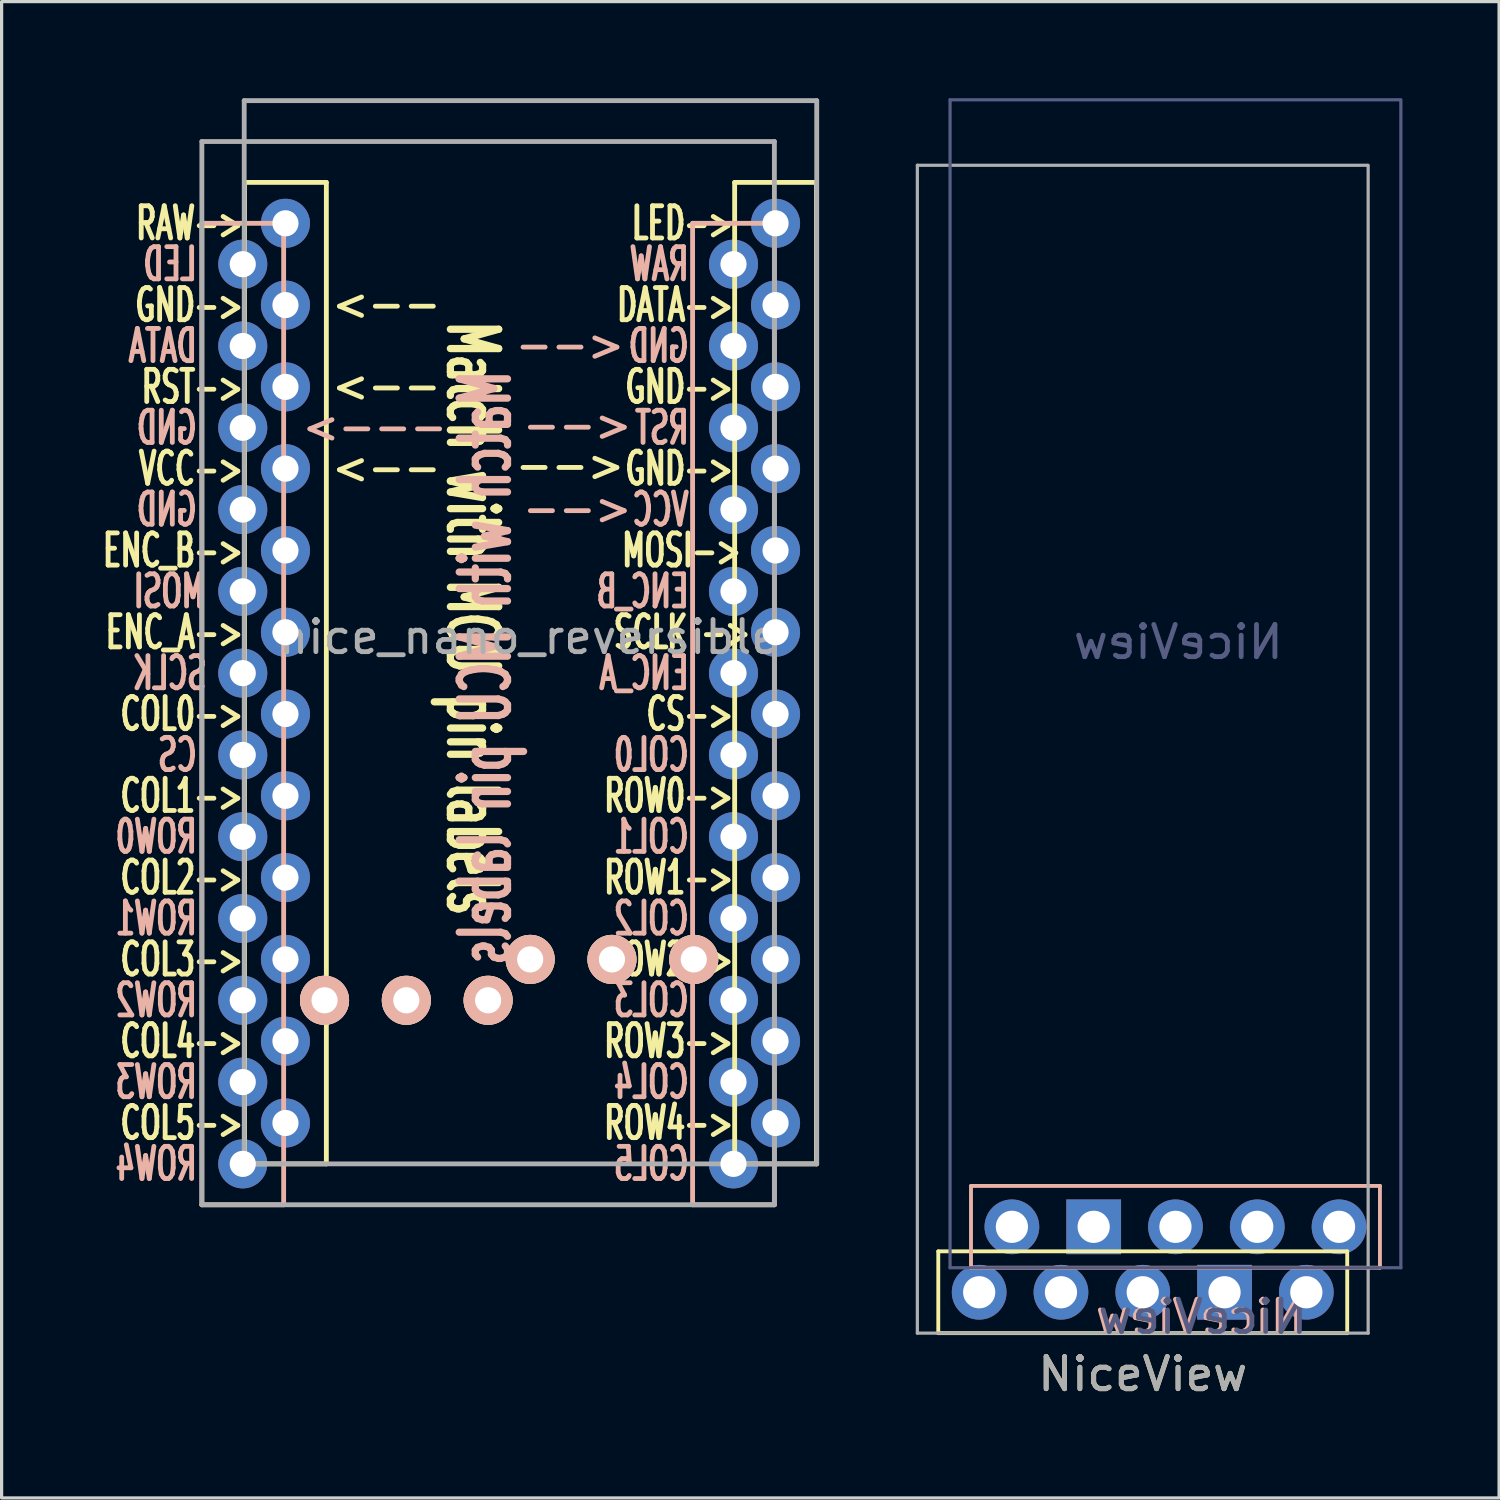
<source format=kicad_pcb>
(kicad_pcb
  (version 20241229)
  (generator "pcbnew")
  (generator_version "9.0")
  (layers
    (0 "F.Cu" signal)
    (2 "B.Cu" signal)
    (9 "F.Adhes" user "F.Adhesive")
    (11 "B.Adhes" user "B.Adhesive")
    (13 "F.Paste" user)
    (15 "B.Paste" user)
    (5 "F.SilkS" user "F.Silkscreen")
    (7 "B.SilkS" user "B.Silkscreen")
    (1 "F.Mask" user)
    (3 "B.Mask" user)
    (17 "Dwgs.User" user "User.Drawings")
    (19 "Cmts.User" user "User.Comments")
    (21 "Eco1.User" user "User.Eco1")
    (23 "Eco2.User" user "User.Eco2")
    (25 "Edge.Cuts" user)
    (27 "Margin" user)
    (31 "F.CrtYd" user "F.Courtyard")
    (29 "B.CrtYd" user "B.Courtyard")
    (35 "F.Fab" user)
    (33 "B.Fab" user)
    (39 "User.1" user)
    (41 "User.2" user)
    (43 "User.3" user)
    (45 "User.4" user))
  (footprint "nice_nano_reversible"
    (layer "F.Cu")
    (at 13.379 18.363)
    (property "Reference" "nice_nano_reversible" (at 0 -1.63 0) (layer "F.Fab") (effects (font (size 1 1) (thickness 0.15))))
    (attr through_hole)
    (fp_line (start -8.834 -15.748) (end -6.294 -15.748) (stroke (width 0.15) (type solid)) (layer "F.SilkS"))
    (fp_line (start -8.834 14.732) (end -8.834 -15.748) (stroke (width 0.15) (type solid)) (layer "F.SilkS"))
    (fp_line (start -6.294 -15.748) (end -6.294 14.732) (stroke (width 0.15) (type solid)) (layer "F.SilkS"))
    (fp_line (start -6.294 14.732) (end -8.834 14.732) (stroke (width 0.15) (type solid)) (layer "F.SilkS"))
    (fp_line (start 6.386 -15.748) (end 8.926 -15.748) (stroke (width 0.15) (type solid)) (layer "F.SilkS"))
    (fp_line (start 6.386 14.732) (end 6.386 -15.748) (stroke (width 0.15) (type solid)) (layer "F.SilkS"))
    (fp_line (start 8.926 -15.748) (end 8.926 14.732) (stroke (width 0.15) (type solid)) (layer "F.SilkS"))
    (fp_line (start 8.926 14.732) (end 6.386 14.732) (stroke (width 0.15) (type solid)) (layer "F.SilkS"))
    (fp_line (start -10.16 -14.478) (end -7.62 -14.478) (stroke (width 0.15) (type solid)) (layer "B.SilkS"))
    (fp_line (start -10.16 16.002) (end -10.16 -14.478) (stroke (width 0.15) (type solid)) (layer "B.SilkS"))
    (fp_line (start -7.62 -14.478) (end -7.62 16.002) (stroke (width 0.15) (type solid)) (layer "B.SilkS"))
    (fp_line (start -7.62 16.002) (end -10.16 16.002) (stroke (width 0.15) (type solid)) (layer "B.SilkS"))
    (fp_line (start 5.08 -14.478) (end 7.62 -14.478) (stroke (width 0.15) (type solid)) (layer "B.SilkS"))
    (fp_line (start 5.08 16.002) (end 5.08 -14.478) (stroke (width 0.15) (type solid)) (layer "B.SilkS"))
    (fp_line (start 7.62 -14.478) (end 7.62 16.002) (stroke (width 0.15) (type solid)) (layer "B.SilkS"))
    (fp_line (start 7.62 16.002) (end 5.08 16.002) (stroke (width 0.15) (type solid)) (layer "B.SilkS"))
    (fp_line (start -10.16 -17.018) (end 7.62 -17.018) (stroke (width 0.15) (type solid)) (layer "F.Fab"))
    (fp_line (start -10.16 16.002) (end -10.16 -17.018) (stroke (width 0.15) (type solid)) (layer "F.Fab"))
    (fp_line (start -8.845 -18.288) (end 8.935 -18.288) (stroke (width 0.15) (type solid)) (layer "F.Fab"))
    (fp_line (start -8.845 14.732) (end -8.845 -18.288) (stroke (width 0.15) (type solid)) (layer "F.Fab"))
    (fp_line (start 7.62 -17.018) (end 7.62 16.002) (stroke (width 0.15) (type solid)) (layer "F.Fab"))
    (fp_line (start 7.62 16.002) (end -10.16 16.002) (stroke (width 0.15) (type solid)) (layer "F.Fab"))
    (fp_line (start 8.935 -18.288) (end 8.935 14.732) (stroke (width 0.15) (type solid)) (layer "F.Fab"))
    (fp_line (start 8.935 14.732) (end -8.845 14.732) (stroke (width 0.15) (type solid)) (layer "F.Fab"))
    (fp_line (start -9.779 -14.351) (end -9.779 14.732) (stroke (width 0.12) (type solid)) (layer "User.3"))
    (fp_line (start -6.731 -14.351) (end -6.731 14.732) (stroke (width 0.12) (type solid)) (layer "User.3"))
    (fp_line (start 5.461 -14.351) (end 5.461 14.732) (stroke (width 0.12) (type solid)) (layer "User.3"))
    (fp_line (start 8.509 -14.351) (end 8.509 14.732) (stroke (width 0.12) (type solid)) (layer "User.3"))
    (fp_arc (start -9.779 -14.351) (mid -8.255 -15.875) (end -6.731 -14.351) (stroke (width 0.12) (type solid)) (layer "User.3"))
    (fp_arc (start -6.731 14.732) (mid -8.255 16.256) (end -9.779 14.732) (stroke (width 0.12) (type solid)) (layer "User.3"))
    (fp_arc (start 5.461 -14.351) (mid 6.985 -15.875) (end 8.509 -14.351) (stroke (width 0.12) (type solid)) (layer "User.3"))
    (fp_arc (start 8.509 14.732) (mid 6.985 16.256) (end 5.461 14.732) (stroke (width 0.12) (type solid)) (layer "User.3"))
    (fp_text user "DATA->" (at 4.536 -11.938 0) (layer "F.SilkS") (effects (font (size 1 0.6) (thickness 0.15))))
    (fp_text user "ROW2->" (at 4.336 8.382 0) (layer "F.SilkS") (effects (font (size 1 0.6) (thickness 0.15))))
    (fp_text user "SCLK ->" (at 4.75 -1.778 0) (layer "F.SilkS") (effects (font (size 1 0.6) (thickness 0.15))))
    (fp_text user "GND->" (at 4.664 -6.858 0) (layer "F.SilkS") (effects (font (size 1 0.6) (thickness 0.15))))
    (fp_text user "<--" (at -6.2 -9.438 0) (unlocked yes) (layer "F.SilkS") (effects (font (size 1 0.9) (thickness 0.15)) (justify left)))
    (fp_text user "VCC->" (at -10.5 -6.858 0) (layer "F.SilkS") (effects (font (size 1 0.6) (thickness 0.15))))
    (fp_text user "MOSI->" (at 4.736 -4.318 0) (layer "F.SilkS") (effects (font (size 1 0.6) (thickness 0.15))))
    (fp_text user "COL2->" (at -10.786 5.842 0) (layer "F.SilkS") (effects (font (size 1 0.6) (thickness 0.15))))
    (fp_text user "ROW3->" (at 4.336 10.922 0) (layer "F.SilkS") (effects (font (size 1 0.6) (thickness 0.15))))
    (fp_text user "COL1->" (at -10.786 3.302 0) (layer "F.SilkS") (effects (font (size 1 0.6) (thickness 0.15))))
    (fp_text user "ROW0->" (at 4.336 3.302 0) (layer "F.SilkS") (effects (font (size 1 0.6) (thickness 0.15))))
    (fp_text user "CS->" (at 4.993 0.762 0) (layer "F.SilkS") (effects (font (size 1 0.6) (thickness 0.15))))
    (fp_text user "GND->" (at -10.557 -11.938 0) (layer "F.SilkS") (effects (font (size 1 0.6) (thickness 0.15))))
    (fp_text user "ENC_B->" (at -11.057 -4.318 0) (layer "F.SilkS") (effects (font (size 1 0.6) (thickness 0.15))))
    (fp_text user "-->" (at 3.042 -6.97 0) (unlocked yes) (layer "F.SilkS") (effects (font (size 1 0.9) (thickness 0.15)) (justify right)))
    (fp_text user "RST->" (at -10.457 -9.398 0) (layer "F.SilkS") (effects (font (size 1 0.6) (thickness 0.15))))
    (fp_text user "ENC_A->" (at -11.014 -1.778 0) (layer "F.SilkS") (effects (font (size 1 0.6) (thickness 0.15))))
    (fp_text user "<--" (at -6.2 -6.898 0) (unlocked yes) (layer "F.SilkS") (effects (font (size 1 0.9) (thickness 0.15)) (justify left)))
    (fp_text user "COL3->" (at -10.786 8.382 0) (layer "F.SilkS") (effects (font (size 1 0.6) (thickness 0.15))))
    (fp_text user "LED->" (at 4.764 -14.478 0) (layer "F.SilkS") (effects (font (size 1 0.6) (thickness 0.15))))
    (fp_text user "Match with MCU pin labels" (at -1.76 -2.21 270) (unlocked yes) (layer "F.SilkS") (effects (font (size 1.5 0.9) (thickness 0.225))))
    (fp_text user "RAW->" (at -10.543 -14.478 0) (layer "F.SilkS") (effects (font (size 1 0.6) (thickness 0.15))))
    (fp_text user "COL4->" (at -10.786 10.922 0) (layer "F.SilkS") (effects (font (size 1 0.6) (thickness 0.15))))
    (fp_text user "ROW1->" (at 4.336 5.842 0) (layer "F.SilkS") (effects (font (size 1 0.6) (thickness 0.15))))
    (fp_text user "COL5->" (at -10.786 13.462 0) (layer "F.SilkS") (effects (font (size 1 0.6) (thickness 0.15))))
    (fp_text user "COL0->" (at -10.786 0.762 0) (layer "F.SilkS") (effects (font (size 1 0.6) (thickness 0.15))))
    (fp_text user "<--" (at -6.2 -11.978 0) (unlocked yes) (layer "F.SilkS") (effects (font (size 1 0.9) (thickness 0.15)) (justify left)))
    (fp_text user "GND->" (at 4.664 -9.398 0) (layer "F.SilkS") (effects (font (size 1 0.6) (thickness 0.15))))
    (fp_text user "ROW4->" (at 4.336 13.462 0) (layer "F.SilkS") (effects (font (size 1 0.6) (thickness 0.15))))
    (fp_text user "COL1" (at 3.798 4.572 0) (layer "B.SilkS") (effects (font (size 1 0.6) (thickness 0.15)) (justify mirror)))
    (fp_text user "GND" (at -11.249 -8.128 0) (layer "B.SilkS") (effects (font (size 1 0.6) (thickness 0.15)) (justify mirror)))
    (fp_text user "COL5" (at 3.798 14.732 0) (layer "B.SilkS") (effects (font (size 1 0.6) (thickness 0.15)) (justify mirror)))
    (fp_text user "ROW0" (at -11.578 4.572 0) (layer "B.SilkS") (effects (font (size 1 0.6) (thickness 0.15)) (justify mirror)))
    (fp_text user "<--" (at 3.042 -10.708 0) (unlocked yes) (layer "B.SilkS") (effects (font (size 1 0.9) (thickness 0.15)) (justify left mirror)))
    (fp_text user "ROW3" (at -11.578 12.192 0) (layer "B.SilkS") (effects (font (size 1 0.6) (thickness 0.15)) (justify mirror)))
    (fp_text user "CS" (at -10.92 2.032 0) (layer "B.SilkS") (effects (font (size 1 0.6) (thickness 0.15)) (justify mirror)))
    (fp_text user "<--" (at 1.5 -5.628 0) (unlocked yes) (layer "B.SilkS") (effects (font (size 1 0.9) (thickness 0.15)) (justify mirror)))
    (fp_text user "ENC_A" (at 3.57 -0.508 0) (layer "B.SilkS") (effects (font (size 1 0.6) (thickness 0.15)) (justify mirror)))
    (fp_text user "ROW1" (at -11.578 7.112 0) (layer "B.SilkS") (effects (font (size 1 0.6) (thickness 0.15)) (justify mirror)))
    (fp_text user "RST" (at 4.127 -8.128 0) (layer "B.SilkS") (effects (font (size 1 0.6) (thickness 0.15)) (justify mirror)))
    (fp_text user "RAW" (at 4.041 -13.208 0) (layer "B.SilkS") (effects (font (size 1 0.6) (thickness 0.15)) (justify mirror)))
    (fp_text user "MOSI" (at -11.178 -3.048 0) (layer "B.SilkS") (effects (font (size 1 0.6) (thickness 0.15)) (justify mirror)))
    (fp_text user "COL2" (at 3.798 7.112 0) (layer "B.SilkS") (effects (font (size 1 0.6) (thickness 0.15)) (justify mirror)))
    (fp_text user "COL0" (at 3.798 2.032 0) (layer "B.SilkS") (effects (font (size 1 0.6) (thickness 0.15)) (justify mirror)))
    (fp_text user "LED" (at -11.149 -13.208 0) (layer "B.SilkS") (effects (font (size 1 0.6) (thickness 0.15)) (justify mirror)))
    (fp_text user "COL3" (at 3.798 9.652 0) (layer "B.SilkS") (effects (font (size 1 0.6) (thickness 0.15)) (justify mirror)))
    (fp_text user "ENC_B" (at 3.527 -3.048 0) (layer "B.SilkS") (effects (font (size 1 0.6) (thickness 0.15)) (justify mirror)))
    (fp_text user "ROW2" (at -11.578 9.652 0) (layer "B.SilkS") (effects (font (size 1 0.6) (thickness 0.15)) (justify mirror)))
    (fp_text user "SCLK" (at -11.163 -0.508 0) (layer "B.SilkS") (effects (font (size 1 0.6) (thickness 0.15)) (justify mirror)))
    (fp_text user "DATA" (at -11.378 -10.668 0) (layer "B.SilkS") (effects (font (size 1 0.6) (thickness 0.15)) (justify mirror)))
    (fp_text user "ROW4" (at -11.578 14.732 0) (layer "B.SilkS") (effects (font (size 1 0.6) (thickness 0.15)) (justify mirror)))
    (fp_text user "<--" (at 1.5 -8.22 0) (unlocked yes) (layer "B.SilkS") (effects (font (size 1 0.9) (thickness 0.15)) (justify mirror)))
    (fp_text user "COL4" (at 3.798 12.192 0) (layer "B.SilkS") (effects (font (size 1 0.6) (thickness 0.15)) (justify mirror)))
    (fp_text user "--->" (at -7.118 -8.168 0) (unlocked yes) (layer "B.SilkS") (effects (font (size 1 0.9) (thickness 0.15)) (justify right mirror)))
    (fp_text user "GND" (at -11.249 -5.588 0) (layer "B.SilkS") (effects (font (size 1 0.6) (thickness 0.15)) (justify mirror)))
    (fp_text user "VCC" (at 4.084 -5.588 0) (layer "B.SilkS") (effects (font (size 1 0.6) (thickness 0.15)) (justify mirror)))
    (fp_text user "Match with MCU pin labels" (at -1.35 -0.67 90) (unlocked yes) (layer "B.SilkS") (effects (font (size 1.5 0.9) (thickness 0.225)) (justify mirror)))
    (fp_text user "GND" (at 4.027 -10.668 0) (layer "B.SilkS") (effects (font (size 1 0.6) (thickness 0.15)) (justify mirror)))
    (pad "1" thru_hole circle (at -8.89 -13.208) (size 1.524 1.524) (drill 0.813) (layers "*.Cu" "F.Mask"))
    (pad "1" thru_hole circle (at 7.656 -14.478) (size 1.524 1.524) (drill 0.813) (layers "*.Cu" "B.Mask"))
    (pad "2" thru_hole circle (at -8.89 -10.668) (size 1.524 1.524) (drill 0.813) (layers "*.Cu" "F.Mask"))
    (pad "2" thru_hole circle (at 7.656 -11.938) (size 1.524 1.524) (drill 0.813) (layers "*.Cu" "B.Mask"))
    (pad "3" thru_hole circle (at -8.89 -8.128) (size 1.524 1.524) (drill 0.813) (layers "*.Cu" "F.Mask"))
    (pad "3" thru_hole circle (at 7.656 -9.398) (size 1.524 1.524) (drill 0.813) (layers "*.Cu" "B.Mask"))
    (pad "4" thru_hole circle (at -8.89 -5.588) (size 1.524 1.524) (drill 0.813) (layers "*.Cu" "F.Mask"))
    (pad "4" thru_hole circle (at 7.656 -6.858) (size 1.524 1.524) (drill 0.813) (layers "*.Cu" "B.Mask"))
    (pad "5" thru_hole circle (at -8.89 -3.048) (size 1.524 1.524) (drill 0.813) (layers "*.Cu" "F.Mask"))
    (pad "5" thru_hole circle (at 7.656 -4.318) (size 1.524 1.524) (drill 0.813) (layers "*.Cu" "B.Mask"))
    (pad "6" thru_hole circle (at -8.89 -0.508) (size 1.524 1.524) (drill 0.813) (layers "*.Cu" "F.Mask"))
    (pad "6" thru_hole circle (at 7.656 -1.778) (size 1.524 1.524) (drill 0.813) (layers "*.Cu" "B.Mask"))
    (pad "7" thru_hole circle (at -8.89 2.032) (size 1.524 1.524) (drill 0.813) (layers "*.Cu" "F.Mask"))
    (pad "7" thru_hole circle (at 7.656 0.762) (size 1.524 1.524) (drill 0.813) (layers "*.Cu" "B.Mask"))
    (pad "8" thru_hole circle (at -8.89 4.572) (size 1.524 1.524) (drill 0.813) (layers "*.Cu" "F.Mask"))
    (pad "8" thru_hole circle (at 7.656 3.302) (size 1.524 1.524) (drill 0.813) (layers "*.Cu" "B.Mask"))
    (pad "9" thru_hole circle (at -8.89 7.112) (size 1.524 1.524) (drill 0.813) (layers "*.Cu" "F.Mask"))
    (pad "9" thru_hole circle (at 7.656 5.842) (size 1.524 1.524) (drill 0.813) (layers "*.Cu" "B.Mask"))
    (pad "10" thru_hole circle (at -8.89 9.652) (size 1.524 1.524) (drill 0.813) (layers "*.Cu" "F.Mask"))
    (pad "10" thru_hole circle (at 7.656 8.382) (size 1.524 1.524) (drill 0.813) (layers "*.Cu" "B.Mask"))
    (pad "11" thru_hole circle (at -8.89 12.192) (size 1.524 1.524) (drill 0.813) (layers "*.Cu" "F.Mask"))
    (pad "11" thru_hole circle (at 7.656 10.922) (size 1.524 1.524) (drill 0.813) (layers "*.Cu" "B.Mask"))
    (pad "12" thru_hole circle (at -8.89 14.732) (size 1.524 1.524) (drill 0.813) (layers "*.Cu" "F.Mask"))
    (pad "12" thru_hole circle (at 7.656 13.462) (size 1.524 1.524) (drill 0.813) (layers "*.Cu" "B.Mask"))
    (pad "13" thru_hole circle (at -7.564 13.462) (size 1.524 1.524) (drill 0.813) (layers "*.Cu" "B.Mask"))
    (pad "13" thru_hole circle (at 6.35 14.732) (size 1.524 1.524) (drill 0.813) (layers "*.Cu" "F.Mask"))
    (pad "14" thru_hole circle (at -7.564 10.922) (size 1.524 1.524) (drill 0.813) (layers "*.Cu" "B.Mask"))
    (pad "14" thru_hole circle (at 6.35 12.192) (size 1.524 1.524) (drill 0.813) (layers "*.Cu" "F.Mask"))
    (pad "15" thru_hole circle (at -7.564 8.382) (size 1.524 1.524) (drill 0.813) (layers "*.Cu" "B.Mask"))
    (pad "15" thru_hole circle (at 6.35 9.652) (size 1.524 1.524) (drill 0.813) (layers "*.Cu" "F.Mask"))
    (pad "16" thru_hole circle (at -7.564 5.842) (size 1.524 1.524) (drill 0.813) (layers "*.Cu" "B.Mask"))
    (pad "16" thru_hole circle (at 6.35 7.112) (size 1.524 1.524) (drill 0.813) (layers "*.Cu" "F.Mask"))
    (pad "17" thru_hole circle (at -7.564 3.302) (size 1.524 1.524) (drill 0.813) (layers "*.Cu" "B.Mask"))
    (pad "17" thru_hole circle (at 6.35 4.572) (size 1.524 1.524) (drill 0.813) (layers "*.Cu" "F.Mask"))
    (pad "18" thru_hole circle (at -7.564 0.762) (size 1.524 1.524) (drill 0.813) (layers "*.Cu" "B.Mask"))
    (pad "18" thru_hole circle (at 6.35 2.032) (size 1.524 1.524) (drill 0.813) (layers "*.Cu" "F.Mask"))
    (pad "19" thru_hole circle (at -7.564 -1.778) (size 1.524 1.524) (drill 0.813) (layers "*.Cu" "B.Mask"))
    (pad "19" thru_hole circle (at 6.35 -0.508) (size 1.524 1.524) (drill 0.813) (layers "*.Cu" "F.Mask"))
    (pad "20" thru_hole circle (at -7.564 -4.318) (size 1.524 1.524) (drill 0.813) (layers "*.Cu" "B.Mask"))
    (pad "20" thru_hole circle (at 6.35 -3.048) (size 1.524 1.524) (drill 0.813) (layers "*.Cu" "F.Mask"))
    (pad "21" thru_hole circle (at -7.564 -6.858) (size 1.524 1.524) (drill 0.813) (layers "*.Cu" "B.Mask"))
    (pad "21" thru_hole circle (at 6.35 -5.588) (size 1.524 1.524) (drill 0.813) (layers "*.Cu" "F.Mask"))
    (pad "22" thru_hole circle (at -7.564 -9.398) (size 1.524 1.524) (drill 0.813) (layers "*.Cu" "B.Mask"))
    (pad "22" thru_hole circle (at 6.35 -8.128) (size 1.524 1.524) (drill 0.813) (layers "*.Cu" "F.Mask"))
    (pad "23" thru_hole circle (at -7.564 -11.938) (size 1.524 1.524) (drill 0.813) (layers "*.Cu" "B.Mask"))
    (pad "23" thru_hole circle (at 6.35 -10.668) (size 1.524 1.524) (drill 0.813) (layers "*.Cu" "F.Mask"))
    (pad "24" thru_hole circle (at -7.564 -14.478) (size 1.524 1.524) (drill 0.813) (layers "*.Cu" "B.Mask"))
    (pad "24" thru_hole circle (at 6.35 -13.208) (size 1.524 1.524) (drill 0.813) (layers "*.Cu" "F.Mask"))
    (pad "31" thru_hole circle (at -6.35 9.652 270) (size 1.524 1.524) (drill 0.813) (layers "*.Cu" "*.SilkS" "*.Mask"))
    (pad "31" thru_hole circle (at 5.116 8.382 90) (size 1.524 1.524) (drill 0.813) (layers "*.Cu" "*.SilkS" "*.Mask"))
    (pad "32" thru_hole circle (at -3.81 9.652 270) (size 1.524 1.524) (drill 0.813) (layers "*.Cu" "*.SilkS" "*.Mask"))
    (pad "32" thru_hole circle (at 2.576 8.382 90) (size 1.524 1.524) (drill 0.813) (layers "*.Cu" "*.SilkS" "*.Mask"))
    (pad "33" thru_hole circle (at -1.27 9.652 270) (size 1.524 1.524) (drill 0.813) (layers "*.Cu" "*.SilkS" "*.Mask"))
    (pad "33" thru_hole circle (at 0.036 8.382 90) (size 1.524 1.524) (drill 0.813) (layers "*.Cu" "*.SilkS" "*.Mask")))
  (footprint "NiceView"
    (layer "F.Cu")
    (at 32.439 37.082)
    (property "Reference" "NiceView" (at 0 2.54 180) (layer "F.SilkS") (effects (font (size 1 1) (thickness 0.15))))
    (property "Value" "NiceView" (at 0 -18.415 180) (layer "F.Fab") (hide yes) (effects (font (size 1 1) (thickness 0.15))))
    (attr through_hole)
    (fp_line (start -6.35 -1.27) (end 6.35 -1.27) (stroke (width 0.12) (type solid)) (layer "F.SilkS"))
    (fp_line (start -6.35 1.27) (end -6.35 -1.27) (stroke (width 0.12) (type solid)) (layer "F.SilkS"))
    (fp_line (start 6.35 -1.27) (end 6.35 1.27) (stroke (width 0.12) (type solid)) (layer "F.SilkS"))
    (fp_line (start 6.35 1.27) (end -6.35 1.27) (stroke (width 0.12) (type solid)) (layer "F.SilkS"))
    (fp_line (start -5.334 -3.302) (end -5.334 -0.762) (stroke (width 0.12) (type solid)) (layer "B.SilkS"))
    (fp_line (start -5.334 -0.762) (end 7.366 -0.762) (stroke (width 0.12) (type solid)) (layer "B.SilkS"))
    (fp_line (start 7.366 -3.302) (end -5.334 -3.302) (stroke (width 0.12) (type solid)) (layer "B.SilkS"))
    (fp_line (start 7.366 -0.762) (end 7.366 -3.302) (stroke (width 0.12) (type solid)) (layer "B.SilkS"))
    (fp_line (start -5.984 -37.032) (end 7.986 -37.032) (stroke (width 0.1) (type solid)) (layer "B.Fab"))
    (fp_line (start -5.984 -0.762) (end -5.984 -37.032) (stroke (width 0.1) (type solid)) (layer "B.Fab"))
    (fp_line (start 8.016 -37.032) (end 8.016 -0.762) (stroke (width 0.1) (type solid)) (layer "B.Fab"))
    (fp_line (start 8.016 -0.762) (end -5.984 -0.762) (stroke (width 0.1) (type solid)) (layer "B.Fab"))
    (fp_line (start -7 -35) (end -7 1.27) (stroke (width 0.1) (type solid)) (layer "F.Fab"))
    (fp_line (start -7 1.27) (end 7 1.27) (stroke (width 0.1) (type solid)) (layer "F.Fab"))
    (fp_line (start 6.97 -35) (end -7 -35) (stroke (width 0.1) (type solid)) (layer "F.Fab"))
    (fp_line (start 7 1.27) (end 7 -35) (stroke (width 0.1) (type solid)) (layer "F.Fab"))
    (fp_text user "${REFERENCE}" (at 1.778 0.762 180) (layer "B.SilkS") (effects (font (size 1 1) (thickness 0.15)) (justify mirror)))
    (fp_text user "${VALUE}" (at 1.104 -20.194 180) (layer "B.Fab") (effects (font (size 1 1) (thickness 0.15)) (justify mirror)))
    (fp_text user "${REFERENCE}" (at 1.865 0.761 180) (layer "B.Fab") (effects (font (size 1 1) (thickness 0.15)) (justify mirror)))
    (fp_text user "${REFERENCE}" (at 0 2.54 180) (layer "F.Fab") (effects (font (size 1 1) (thickness 0.15))))
    (pad "1" thru_hole circle (at -5.08 0 90) (size 1.7 1.7) (drill 1) (layers "*.Cu" "B.Mask"))
    (pad "1" thru_hole circle (at 6.096 -2.032 270) (size 1.7 1.7) (drill 1) (layers "*.Cu" "F.Mask"))
    (pad "2" thru_hole circle (at -2.54 0 90) (size 1.7 1.7) (drill 1) (layers "*.Cu" "B.Mask"))
    (pad "2" thru_hole circle (at 3.556 -2.032 270) (size 1.7 1.7) (drill 1) (layers "*.Cu" "F.Mask"))
    (pad "3" thru_hole oval (at 0 0 90) (size 1.7 1.7) (drill 1) (layers "*.Cu" "B.Mask"))
    (pad "3" thru_hole oval (at 1.016 -2.032 270) (size 1.7 1.7) (drill 1) (layers "*.Cu" "F.Mask"))
    (pad "4" thru_hole rect (at -1.524 -2.032 270) (size 1.7 1.7) (drill 1) (layers "*.Cu" "F.Mask"))
    (pad "4" thru_hole rect (at 2.54 0 90) (size 1.7 1.7) (drill 1) (layers "*.Cu" "B.Mask"))
    (pad "5" thru_hole oval (at -4.064 -2.032 270) (size 1.7 1.7) (drill 1) (layers "*.Cu" "F.Mask"))
    (pad "5" thru_hole oval (at 5.08 0 90) (size 1.7 1.7) (drill 1) (layers "*.Cu" "B.Mask")))
  (gr_rect
    (start -3 -3)
    (end 43.505 43.47)
    (stroke (width 0.1) (type default))
    (fill no)
    (layer "Edge.Cuts")))
</source>
